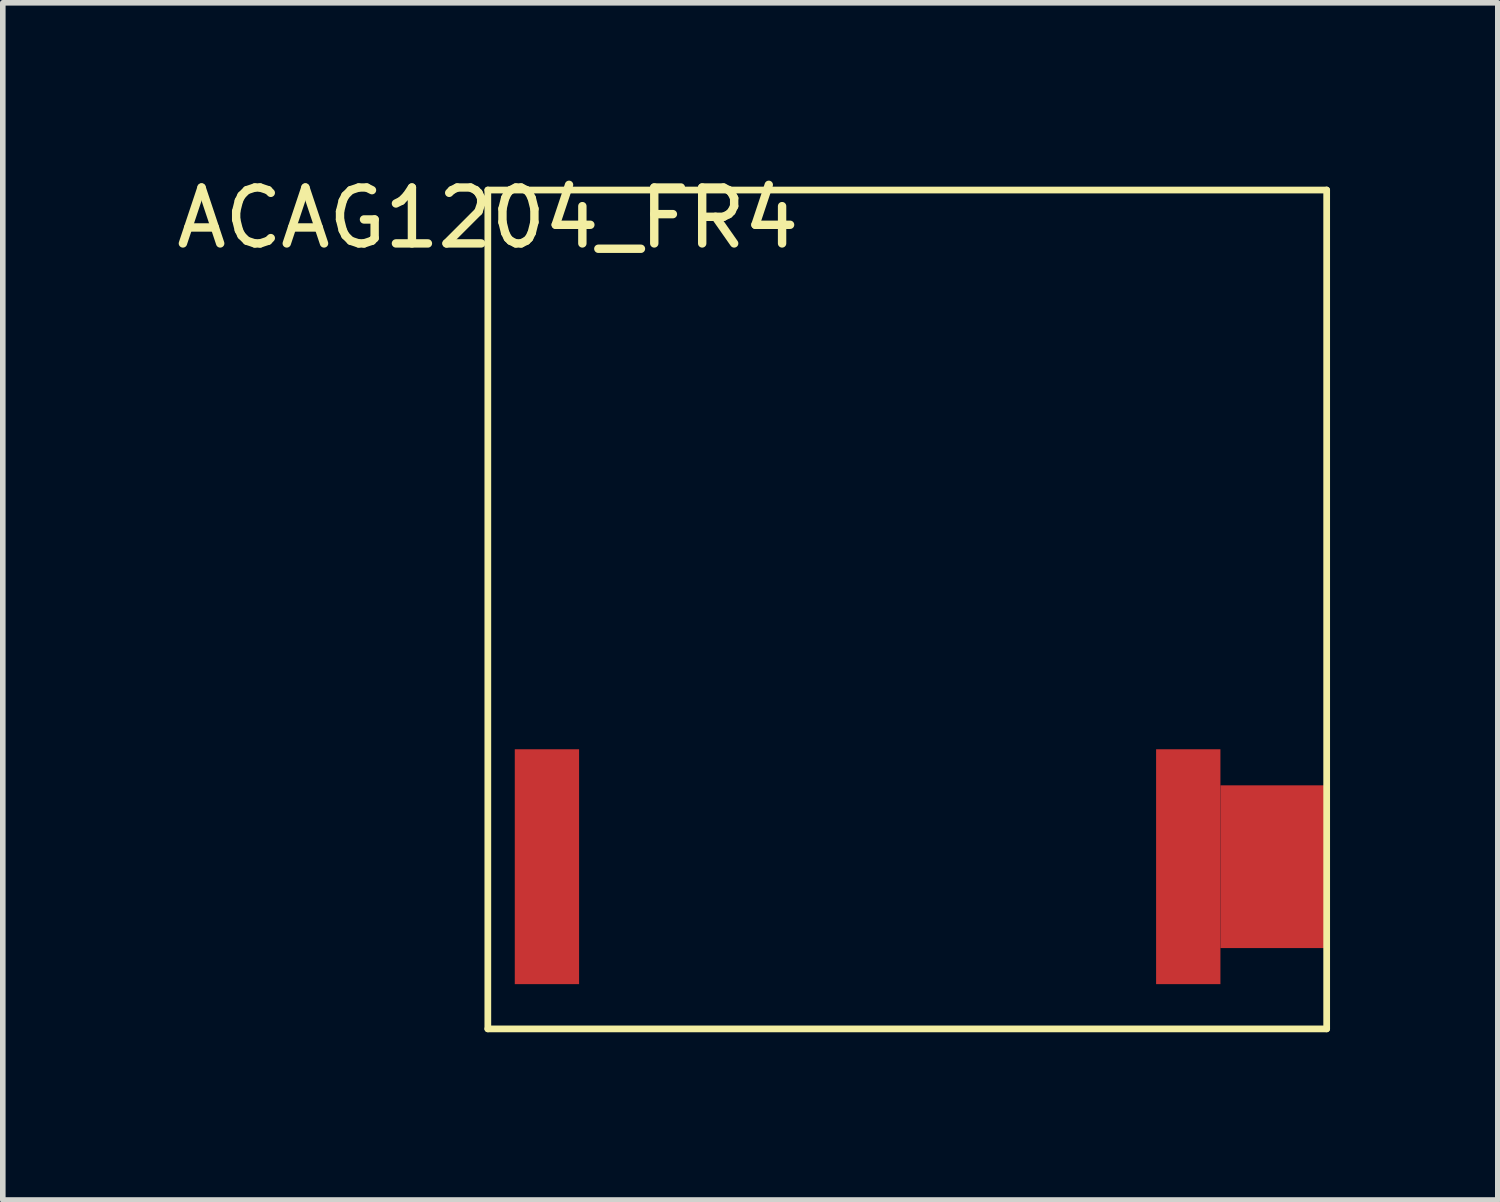
<source format=kicad_pcb>
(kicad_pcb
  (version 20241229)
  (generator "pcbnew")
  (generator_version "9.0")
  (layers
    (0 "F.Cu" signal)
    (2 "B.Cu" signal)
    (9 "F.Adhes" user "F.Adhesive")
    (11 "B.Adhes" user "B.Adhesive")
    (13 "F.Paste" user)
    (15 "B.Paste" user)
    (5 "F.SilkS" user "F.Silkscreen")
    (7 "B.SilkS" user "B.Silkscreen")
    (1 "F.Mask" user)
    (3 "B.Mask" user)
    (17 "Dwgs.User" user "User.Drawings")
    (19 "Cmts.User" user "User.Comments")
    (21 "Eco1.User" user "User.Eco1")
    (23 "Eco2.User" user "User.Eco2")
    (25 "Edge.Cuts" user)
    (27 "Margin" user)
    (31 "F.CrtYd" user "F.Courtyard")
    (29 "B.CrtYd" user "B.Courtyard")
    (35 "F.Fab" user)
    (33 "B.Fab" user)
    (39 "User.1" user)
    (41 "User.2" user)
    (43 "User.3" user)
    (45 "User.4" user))
  (footprint "ACAG1204_FR4"
    (layer "F.Cu")
    (at 5.673 0.348)
    (property "Reference" "ACAG1204_FR4" (at 0 0.5 0) (layer "F.SilkS") (effects (font (size 1 1) (thickness 0.15))))
    (attr through_hole)
    (fp_line (start 0 0) (end 0 15) (stroke (width 0.12) (type solid)) (layer "F.SilkS"))
    (fp_line (start 0 0) (end 15 0) (stroke (width 0.12) (type solid)) (layer "F.SilkS"))
    (fp_line (start 0 15) (end 15 15) (stroke (width 0.12) (type solid)) (layer "F.SilkS"))
    (fp_line (start 15 0) (end 15 15) (stroke (width 0.12) (type solid)) (layer "F.SilkS"))
    (pad "1" smd rect (at 1.057 12.1) (size 1.15 4.2) (layers "F.Cu" "F.Mask" "F.Paste"))
    (pad "2" smd rect (at 12.525 12.1) (size 1.15 4.2) (layers "F.Cu" "F.Mask" "F.Paste"))
    (pad "2" smd rect (at 14.05 12.1) (size 1.9 2.91) (layers "F.Cu" "F.Mask" "F.Paste")))
  (gr_rect
    (start -3 -3)
    (end 23.733 18.408)
    (stroke (width 0.1) (type default))
    (fill no)
    (layer "Edge.Cuts")))
</source>
